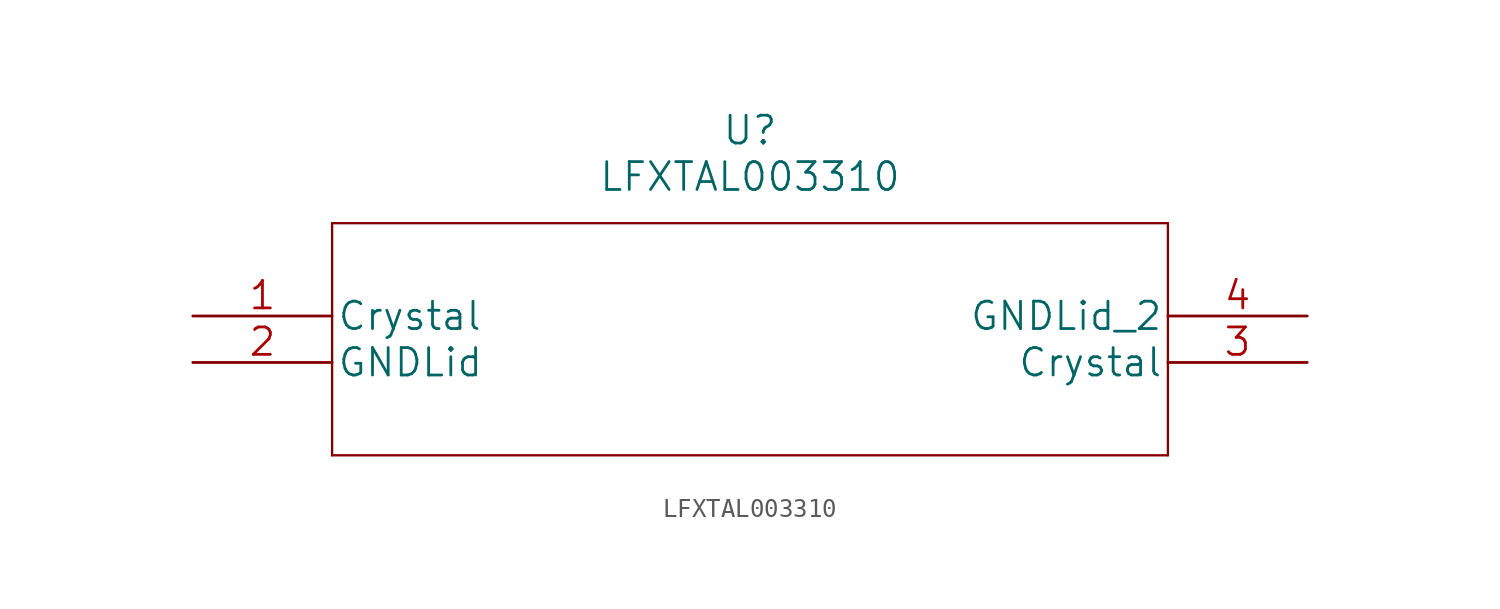
<source format=kicad_sym>
(kicad_symbol_lib
  (version 20201005)
  (generator kicad_symbol_editor)
  (symbol "LFXTAL003310"
    (pin_names
      (offset 0.254))
    (property "Reference" "U"
      (at 30.48 10.16 0)
      (effects (font (size 1.524 1.524))))
    (property "Value" "LFXTAL003310"
      (at 30.48 7.62 0)
      (effects (font (size 1.524 1.524))))
    (property "Datasheet" ""
      (at 0 0 0)
      (effects (font (size 1.524 1.524))))
    (property "ki_locked" ""
      (at 0 0 0)
      (effects (font (size 1.27 1.27))))
    (symbol "LFXTAL003310_1_1"
      (polyline (pts (xy 7.62 -7.62) (xy 53.34 -7.62)) (stroke (width 0.127)) (fill (type none)))
      (polyline (pts (xy 7.62 5.08) (xy 7.62 -7.62)) (stroke (width 0.127)) (fill (type none)))
      (polyline (pts (xy 53.34 -7.62) (xy 53.34 5.08)) (stroke (width 0.127)) (fill (type none)))
      (polyline (pts (xy 53.34 5.08) (xy 7.62 5.08)) (stroke (width 0.127)) (fill (type none)))
      (pin unspecified line (at 0 0 0) (length 7.62) (name "Crystal" (effects (font (size 1.499 1.499)))) (number "1" (effects (font (size 1.499 1.499)))))
      (pin power_in line (at 0 -2.54 0) (length 7.62) (name "GNDLid" (effects (font (size 1.499 1.499)))) (number "2" (effects (font (size 1.499 1.499)))))
      (pin unspecified line (at 60.96 -2.54 180) (length 7.62) (name "Crystal" (effects (font (size 1.499 1.499)))) (number "3" (effects (font (size 1.499 1.499)))))
      (pin power_in line (at 60.96 0 180) (length 7.62) (name "GNDLid_2" (effects (font (size 1.499 1.499)))) (number "4" (effects (font (size 1.499 1.499))))))))
</source>
